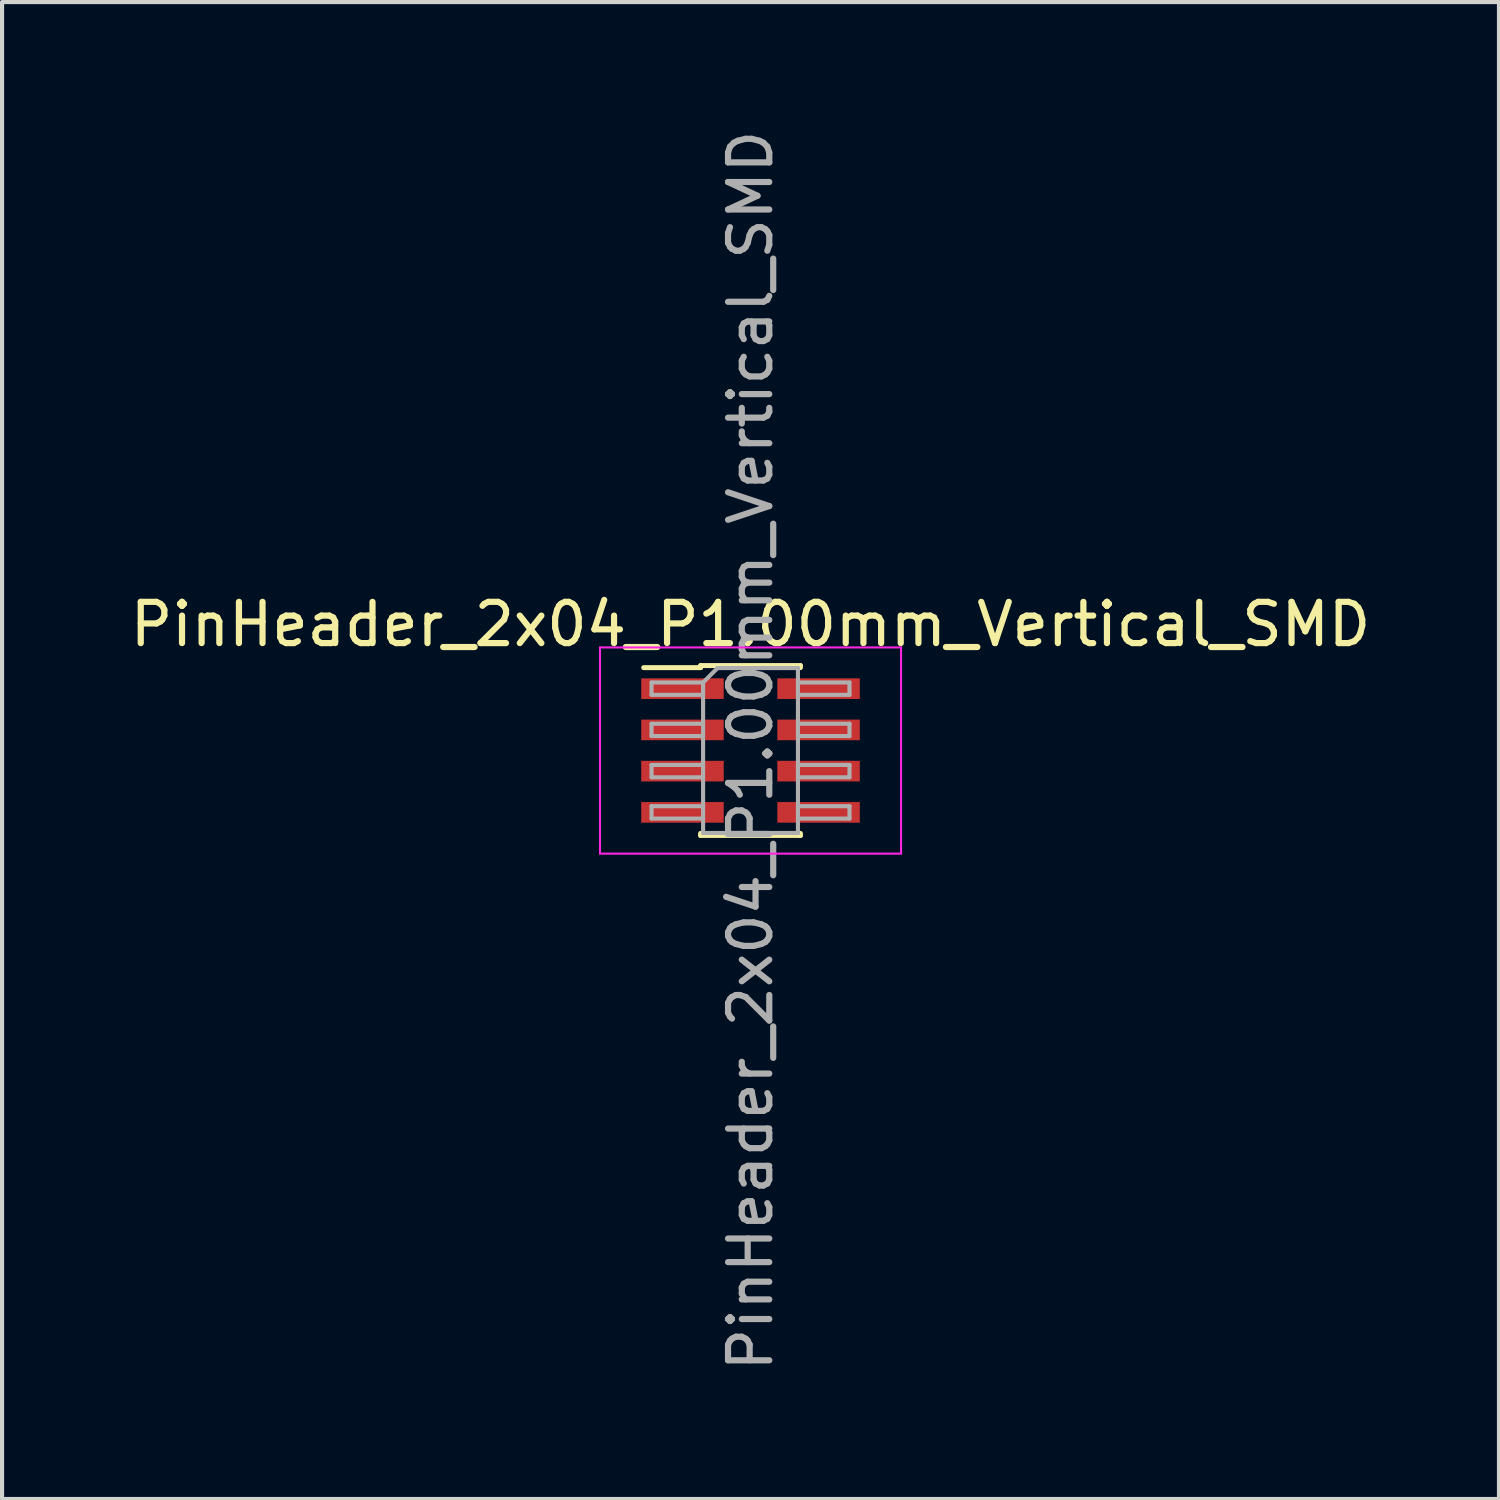
<source format=kicad_pcb>
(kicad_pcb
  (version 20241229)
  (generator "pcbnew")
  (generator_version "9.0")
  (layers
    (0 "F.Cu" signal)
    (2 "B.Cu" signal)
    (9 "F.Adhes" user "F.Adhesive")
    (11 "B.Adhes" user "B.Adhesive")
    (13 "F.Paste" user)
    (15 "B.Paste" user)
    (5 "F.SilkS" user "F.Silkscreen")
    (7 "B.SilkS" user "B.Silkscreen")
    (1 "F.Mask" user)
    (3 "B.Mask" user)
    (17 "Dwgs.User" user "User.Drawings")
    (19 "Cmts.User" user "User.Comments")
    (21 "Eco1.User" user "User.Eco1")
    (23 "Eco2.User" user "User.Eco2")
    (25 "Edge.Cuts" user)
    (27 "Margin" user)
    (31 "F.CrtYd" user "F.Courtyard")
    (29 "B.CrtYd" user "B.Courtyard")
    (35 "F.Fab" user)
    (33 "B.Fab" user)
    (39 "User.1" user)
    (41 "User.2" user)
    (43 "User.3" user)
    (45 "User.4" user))
  (footprint "PinHeader_2x04_P1.00mm_Vertical_SMD"
    (layer "F.Cu")
    (at 15.149 15.149)
    (property "Reference" "PinHeader_2x04_P1.00mm_Vertical_SMD" (at 0 -3.06 0) (layer "F.SilkS") (effects (font (size 1 1) (thickness 0.15))))
    (attr smd)
    (fp_line (start -2.59 -2.01) (end -1.21 -2.01) (stroke (width 0.12) (type solid)) (layer "F.SilkS"))
    (fp_line (start -1.21 -2.06) (end -1.21 -2.01) (stroke (width 0.12) (type solid)) (layer "F.SilkS"))
    (fp_line (start -1.21 -2.06) (end 1.21 -2.06) (stroke (width 0.12) (type solid)) (layer "F.SilkS"))
    (fp_line (start -1.21 2.01) (end -1.21 2.06) (stroke (width 0.12) (type solid)) (layer "F.SilkS"))
    (fp_line (start -1.21 2.06) (end 1.21 2.06) (stroke (width 0.12) (type solid)) (layer "F.SilkS"))
    (fp_line (start 1.21 -2.06) (end 1.21 -2.01) (stroke (width 0.12) (type solid)) (layer "F.SilkS"))
    (fp_line (start 1.21 2.01) (end 1.21 2.06) (stroke (width 0.12) (type solid)) (layer "F.SilkS"))
    (fp_line (start -3.65 -2.5) (end -3.65 2.5) (stroke (width 0.05) (type solid)) (layer "F.CrtYd"))
    (fp_line (start -3.65 2.5) (end 3.65 2.5) (stroke (width 0.05) (type solid)) (layer "F.CrtYd"))
    (fp_line (start 3.65 -2.5) (end -3.65 -2.5) (stroke (width 0.05) (type solid)) (layer "F.CrtYd"))
    (fp_line (start 3.65 2.5) (end 3.65 -2.5) (stroke (width 0.05) (type solid)) (layer "F.CrtYd"))
    (fp_line (start -2.4 -1.65) (end -2.4 -1.35) (stroke (width 0.1) (type solid)) (layer "F.Fab"))
    (fp_line (start -2.4 -1.35) (end -1.15 -1.35) (stroke (width 0.1) (type solid)) (layer "F.Fab"))
    (fp_line (start -2.4 -0.65) (end -2.4 -0.35) (stroke (width 0.1) (type solid)) (layer "F.Fab"))
    (fp_line (start -2.4 -0.35) (end -1.15 -0.35) (stroke (width 0.1) (type solid)) (layer "F.Fab"))
    (fp_line (start -2.4 0.35) (end -2.4 0.65) (stroke (width 0.1) (type solid)) (layer "F.Fab"))
    (fp_line (start -2.4 0.65) (end -1.15 0.65) (stroke (width 0.1) (type solid)) (layer "F.Fab"))
    (fp_line (start -2.4 1.35) (end -2.4 1.65) (stroke (width 0.1) (type solid)) (layer "F.Fab"))
    (fp_line (start -2.4 1.65) (end -1.15 1.65) (stroke (width 0.1) (type solid)) (layer "F.Fab"))
    (fp_line (start -1.15 -1.65) (end -2.4 -1.65) (stroke (width 0.1) (type solid)) (layer "F.Fab"))
    (fp_line (start -1.15 -1.65) (end -0.8 -2) (stroke (width 0.1) (type solid)) (layer "F.Fab"))
    (fp_line (start -1.15 -0.65) (end -2.4 -0.65) (stroke (width 0.1) (type solid)) (layer "F.Fab"))
    (fp_line (start -1.15 0.35) (end -2.4 0.35) (stroke (width 0.1) (type solid)) (layer "F.Fab"))
    (fp_line (start -1.15 1.35) (end -2.4 1.35) (stroke (width 0.1) (type solid)) (layer "F.Fab"))
    (fp_line (start -1.15 2) (end -1.15 -1.65) (stroke (width 0.1) (type solid)) (layer "F.Fab"))
    (fp_line (start -0.8 -2) (end 1.15 -2) (stroke (width 0.1) (type solid)) (layer "F.Fab"))
    (fp_line (start 1.15 -2) (end 1.15 2) (stroke (width 0.1) (type solid)) (layer "F.Fab"))
    (fp_line (start 1.15 -1.65) (end 2.4 -1.65) (stroke (width 0.1) (type solid)) (layer "F.Fab"))
    (fp_line (start 1.15 -0.65) (end 2.4 -0.65) (stroke (width 0.1) (type solid)) (layer "F.Fab"))
    (fp_line (start 1.15 0.35) (end 2.4 0.35) (stroke (width 0.1) (type solid)) (layer "F.Fab"))
    (fp_line (start 1.15 1.35) (end 2.4 1.35) (stroke (width 0.1) (type solid)) (layer "F.Fab"))
    (fp_line (start 1.15 2) (end -1.15 2) (stroke (width 0.1) (type solid)) (layer "F.Fab"))
    (fp_line (start 2.4 -1.65) (end 2.4 -1.35) (stroke (width 0.1) (type solid)) (layer "F.Fab"))
    (fp_line (start 2.4 -1.35) (end 1.15 -1.35) (stroke (width 0.1) (type solid)) (layer "F.Fab"))
    (fp_line (start 2.4 -0.65) (end 2.4 -0.35) (stroke (width 0.1) (type solid)) (layer "F.Fab"))
    (fp_line (start 2.4 -0.35) (end 1.15 -0.35) (stroke (width 0.1) (type solid)) (layer "F.Fab"))
    (fp_line (start 2.4 0.35) (end 2.4 0.65) (stroke (width 0.1) (type solid)) (layer "F.Fab"))
    (fp_line (start 2.4 0.65) (end 1.15 0.65) (stroke (width 0.1) (type solid)) (layer "F.Fab"))
    (fp_line (start 2.4 1.35) (end 2.4 1.65) (stroke (width 0.1) (type solid)) (layer "F.Fab"))
    (fp_line (start 2.4 1.65) (end 1.15 1.65) (stroke (width 0.1) (type solid)) (layer "F.Fab"))
    (fp_text user "${REFERENCE}" (at 0 0 90) (layer "F.Fab") (effects (font (size 1 1) (thickness 0.15))))
    (pad "1" smd rect (at -1.65 -1.5) (size 2 0.5) (layers "F.Cu" "F.Mask" "F.Paste"))
    (pad "2" smd rect (at 1.65 -1.5) (size 2 0.5) (layers "F.Cu" "F.Mask" "F.Paste"))
    (pad "3" smd rect (at -1.65 -0.5) (size 2 0.5) (layers "F.Cu" "F.Mask" "F.Paste"))
    (pad "4" smd rect (at 1.65 -0.5) (size 2 0.5) (layers "F.Cu" "F.Mask" "F.Paste"))
    (pad "5" smd rect (at -1.65 0.5) (size 2 0.5) (layers "F.Cu" "F.Mask" "F.Paste"))
    (pad "6" smd rect (at 1.65 0.5) (size 2 0.5) (layers "F.Cu" "F.Mask" "F.Paste"))
    (pad "7" smd rect (at -1.65 1.5) (size 2 0.5) (layers "F.Cu" "F.Mask" "F.Paste"))
    (pad "8" smd rect (at 1.65 1.5) (size 2 0.5) (layers "F.Cu" "F.Mask" "F.Paste")))
  (gr_rect
    (start -3 -3)
    (end 33.298 33.298)
    (stroke (width 0.1) (type default))
    (fill no)
    (layer "Edge.Cuts")))
</source>
